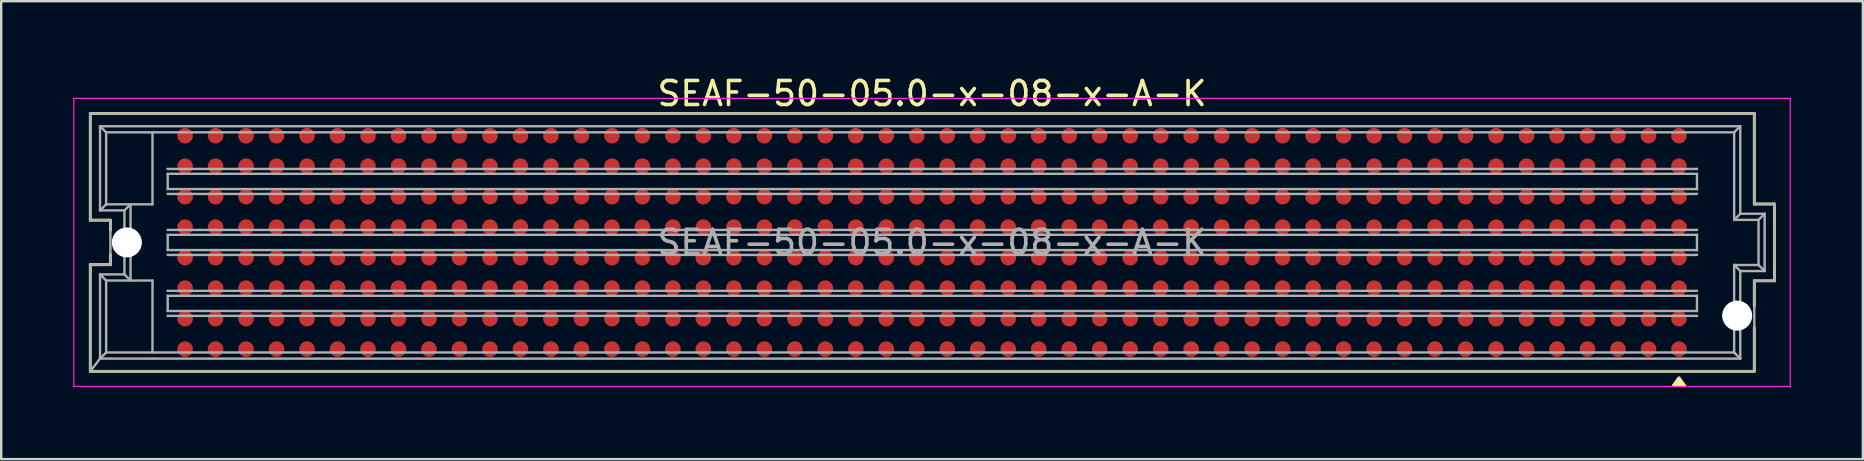
<source format=kicad_pcb>
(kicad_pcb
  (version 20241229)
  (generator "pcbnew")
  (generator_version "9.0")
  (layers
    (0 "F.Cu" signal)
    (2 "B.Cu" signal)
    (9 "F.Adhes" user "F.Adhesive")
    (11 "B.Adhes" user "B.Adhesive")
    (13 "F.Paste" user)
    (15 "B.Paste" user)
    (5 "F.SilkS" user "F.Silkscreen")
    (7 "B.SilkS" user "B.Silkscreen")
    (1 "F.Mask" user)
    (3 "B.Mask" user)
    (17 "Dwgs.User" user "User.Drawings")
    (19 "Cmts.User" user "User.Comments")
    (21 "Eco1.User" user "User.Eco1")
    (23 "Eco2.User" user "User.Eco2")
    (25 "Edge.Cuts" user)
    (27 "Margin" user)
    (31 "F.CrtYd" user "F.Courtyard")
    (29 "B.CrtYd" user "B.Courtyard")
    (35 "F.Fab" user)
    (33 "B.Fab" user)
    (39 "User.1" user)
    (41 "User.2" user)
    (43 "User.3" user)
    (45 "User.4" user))
  (footprint "SEAF-50-05.0-x-08-x-A-K"
    (layer "F.Cu")
    (at 35.775 7.048)
    (property "Reference" "SEAF-50-05.0-x-08-x-A-K" (at 0 -6.2 0) (unlocked yes) (layer "F.SilkS") (effects (font (size 1 1) (thickness 0.15))))
    (attr smd)
    (fp_line (start -35.064 -0.927) (end -35.064 -5.372) (stroke (width 0.12) (type default)) (layer "F.SilkS"))
    (fp_line (start -35.064 5.372) (end -35.064 0.927) (stroke (width 0.12) (type default)) (layer "F.SilkS"))
    (fp_line (start -34.226 -0.927) (end -35.064 -0.927) (stroke (width 0.12) (type default)) (layer "F.SilkS"))
    (fp_line (start -34.226 -0.508) (end -34.226 -0.927) (stroke (width 0.12) (type default)) (layer "F.SilkS"))
    (fp_line (start -34.226 0.927) (end -35.064 0.927) (stroke (width 0.12) (type default)) (layer "F.SilkS"))
    (fp_line (start -34.226 0.927) (end -34.226 0.508) (stroke (width 0.12) (type default)) (layer "F.SilkS"))
    (fp_line (start 34.253 -5.372) (end -35.064 -5.372) (stroke (width 0.12) (type default)) (layer "F.SilkS"))
    (fp_line (start 34.253 -1.6) (end 34.253 -5.372) (stroke (width 0.12) (type default)) (layer "F.SilkS"))
    (fp_line (start 34.253 2.667) (end 34.253 1.6) (stroke (width 0.12) (type default)) (layer "F.SilkS"))
    (fp_line (start 34.253 5.372) (end -35.064 5.372) (stroke (width 0.12) (type default)) (layer "F.SilkS"))
    (fp_line (start 34.253 5.372) (end 34.253 3.556) (stroke (width 0.12) (type default)) (layer "F.SilkS"))
    (fp_line (start 35.091 -1.6) (end 34.253 -1.6) (stroke (width 0.12) (type default)) (layer "F.SilkS"))
    (fp_line (start 35.091 1.6) (end 34.253 1.6) (stroke (width 0.12) (type default)) (layer "F.SilkS"))
    (fp_line (start 35.091 1.6) (end 35.091 -1.6) (stroke (width 0.12) (type default)) (layer "F.SilkS"))
    (fp_poly (pts (xy 31.115 5.639) (xy 31.355 5.969) (xy 30.875 5.969) (xy 31.115 5.639)) (stroke (width 0.12) (type solid)) (fill yes) (layer "F.SilkS"))
    (fp_line (start -35.75 -6) (end -35.75 6) (stroke (width 0.05) (type default)) (layer "F.CrtYd"))
    (fp_line (start -35.75 6) (end 35.75 6) (stroke (width 0.05) (type default)) (layer "F.CrtYd"))
    (fp_line (start 35.75 -6) (end -35.75 -6) (stroke (width 0.05) (type default)) (layer "F.CrtYd"))
    (fp_line (start 35.75 6) (end 35.75 -6) (stroke (width 0.05) (type default)) (layer "F.CrtYd"))
    (fp_line (start -35.064 -0.927) (end -35.064 -5.372) (stroke (width 0.1) (type default)) (layer "F.Fab"))
    (fp_line (start -35.064 5.372) (end -35.064 0.927) (stroke (width 0.1) (type default)) (layer "F.Fab"))
    (fp_line (start -34.658 -4.839) (end -34.658 -1.333) (stroke (width 0.1) (type default)) (layer "F.Fab"))
    (fp_line (start -34.658 -1.333) (end -33.642 -1.333) (stroke (width 0.1) (type default)) (layer "F.Fab"))
    (fp_line (start -34.658 1.333) (end -34.658 4.839) (stroke (width 0.1) (type default)) (layer "F.Fab"))
    (fp_line (start -34.658 1.333) (end -34.404 1.587) (stroke (width 0.1) (type default)) (layer "F.Fab"))
    (fp_line (start -34.658 4.839) (end -35.064 5.372) (stroke (width 0.1) (type default)) (layer "F.Fab"))
    (fp_line (start -34.404 -4.585) (end -34.658 -4.839) (stroke (width 0.1) (type default)) (layer "F.Fab"))
    (fp_line (start -34.404 -4.585) (end -34.404 -1.587) (stroke (width 0.1) (type default)) (layer "F.Fab"))
    (fp_line (start -34.404 -1.587) (end -34.658 -1.333) (stroke (width 0.1) (type default)) (layer "F.Fab"))
    (fp_line (start -34.404 -1.587) (end -32.473 -1.587) (stroke (width 0.1) (type default)) (layer "F.Fab"))
    (fp_line (start -34.404 1.587) (end -34.404 4.585) (stroke (width 0.1) (type default)) (layer "F.Fab"))
    (fp_line (start -34.404 4.585) (end -34.658 4.839) (stroke (width 0.1) (type default)) (layer "F.Fab"))
    (fp_line (start -34.226 -0.927) (end -35.064 -0.927) (stroke (width 0.1) (type default)) (layer "F.Fab"))
    (fp_line (start -34.226 0.927) (end -35.064 0.927) (stroke (width 0.1) (type default)) (layer "F.Fab"))
    (fp_line (start -34.226 0.927) (end -34.226 -0.927) (stroke (width 0.1) (type default)) (layer "F.Fab"))
    (fp_line (start -33.642 -1.333) (end -33.642 1.333) (stroke (width 0.1) (type default)) (layer "F.Fab"))
    (fp_line (start -33.642 1.333) (end -34.658 1.333) (stroke (width 0.1) (type default)) (layer "F.Fab"))
    (fp_line (start -33.388 -1.587) (end -33.642 -1.333) (stroke (width 0.1) (type default)) (layer "F.Fab"))
    (fp_line (start -33.388 -1.587) (end -33.388 1.587) (stroke (width 0.1) (type default)) (layer "F.Fab"))
    (fp_line (start -33.388 1.587) (end -33.642 1.333) (stroke (width 0.1) (type default)) (layer "F.Fab"))
    (fp_line (start -32.473 -1.587) (end -32.473 -4.585) (stroke (width 0.1) (type default)) (layer "F.Fab"))
    (fp_line (start -32.473 1.587) (end -34.404 1.587) (stroke (width 0.1) (type default)) (layer "F.Fab"))
    (fp_line (start -32.473 4.585) (end -32.473 1.587) (stroke (width 0.1) (type default)) (layer "F.Fab"))
    (fp_line (start -31.838 -3.061) (end 31.865 -3.061) (stroke (width 0.1) (type default)) (layer "F.Fab"))
    (fp_line (start -31.838 -2.857) (end -31.838 -2.223) (stroke (width 0.1) (type default)) (layer "F.Fab"))
    (fp_line (start -31.838 -2.857) (end 31.865 -2.857) (stroke (width 0.1) (type default)) (layer "F.Fab"))
    (fp_line (start -31.838 -2.223) (end 31.865 -2.223) (stroke (width 0.1) (type default)) (layer "F.Fab"))
    (fp_line (start -31.838 -2.019) (end 31.865 -2.019) (stroke (width 0.1) (type default)) (layer "F.Fab"))
    (fp_line (start -31.838 -0.521) (end 31.865 -0.521) (stroke (width 0.1) (type default)) (layer "F.Fab"))
    (fp_line (start -31.838 -0.318) (end -31.838 0.318) (stroke (width 0.1) (type default)) (layer "F.Fab"))
    (fp_line (start -31.838 -0.318) (end 31.865 -0.318) (stroke (width 0.1) (type default)) (layer "F.Fab"))
    (fp_line (start -31.838 0.318) (end 31.865 0.318) (stroke (width 0.1) (type default)) (layer "F.Fab"))
    (fp_line (start -31.838 0.521) (end 31.865 0.521) (stroke (width 0.1) (type default)) (layer "F.Fab"))
    (fp_line (start -31.838 2.019) (end 31.865 2.019) (stroke (width 0.1) (type default)) (layer "F.Fab"))
    (fp_line (start -31.838 2.223) (end -31.838 2.857) (stroke (width 0.1) (type default)) (layer "F.Fab"))
    (fp_line (start -31.838 2.223) (end 31.865 2.223) (stroke (width 0.1) (type default)) (layer "F.Fab"))
    (fp_line (start -31.838 2.857) (end 31.865 2.857) (stroke (width 0.1) (type default)) (layer "F.Fab"))
    (fp_line (start -31.838 3.061) (end 31.865 3.061) (stroke (width 0.1) (type default)) (layer "F.Fab"))
    (fp_line (start 31.865 -2.857) (end 31.865 -2.223) (stroke (width 0.1) (type default)) (layer "F.Fab"))
    (fp_line (start 31.865 -0.318) (end 31.865 0.318) (stroke (width 0.1) (type default)) (layer "F.Fab"))
    (fp_line (start 31.865 2.223) (end 31.865 2.857) (stroke (width 0.1) (type default)) (layer "F.Fab"))
    (fp_line (start 33.414 -4.585) (end -34.404 -4.585) (stroke (width 0.1) (type default)) (layer "F.Fab"))
    (fp_line (start 33.414 -4.585) (end 33.668 -4.839) (stroke (width 0.1) (type default)) (layer "F.Fab"))
    (fp_line (start 33.414 -0.94) (end 33.414 -4.585) (stroke (width 0.1) (type default)) (layer "F.Fab"))
    (fp_line (start 33.414 -0.94) (end 33.668 -1.194) (stroke (width 0.1) (type default)) (layer "F.Fab"))
    (fp_line (start 33.414 0.94) (end 33.668 1.194) (stroke (width 0.1) (type default)) (layer "F.Fab"))
    (fp_line (start 33.414 0.94) (end 34.43 0.94) (stroke (width 0.1) (type default)) (layer "F.Fab"))
    (fp_line (start 33.414 4.585) (end -34.404 4.585) (stroke (width 0.1) (type default)) (layer "F.Fab"))
    (fp_line (start 33.414 4.585) (end 33.414 0.94) (stroke (width 0.1) (type default)) (layer "F.Fab"))
    (fp_line (start 33.414 4.585) (end 33.668 4.839) (stroke (width 0.1) (type default)) (layer "F.Fab"))
    (fp_line (start 33.668 -4.839) (end -34.658 -4.839) (stroke (width 0.1) (type default)) (layer "F.Fab"))
    (fp_line (start 33.668 -1.194) (end 33.668 -4.839) (stroke (width 0.1) (type default)) (layer "F.Fab"))
    (fp_line (start 33.668 1.194) (end 34.684 1.194) (stroke (width 0.1) (type default)) (layer "F.Fab"))
    (fp_line (start 33.668 4.839) (end -34.658 4.839) (stroke (width 0.1) (type default)) (layer "F.Fab"))
    (fp_line (start 33.668 4.839) (end 33.668 1.194) (stroke (width 0.1) (type default)) (layer "F.Fab"))
    (fp_line (start 34.253 -5.372) (end -35.064 -5.372) (stroke (width 0.1) (type default)) (layer "F.Fab"))
    (fp_line (start 34.253 -1.6) (end 34.253 -5.372) (stroke (width 0.1) (type default)) (layer "F.Fab"))
    (fp_line (start 34.253 5.372) (end -35.064 5.372) (stroke (width 0.1) (type default)) (layer "F.Fab"))
    (fp_line (start 34.253 5.372) (end 34.253 1.6) (stroke (width 0.1) (type default)) (layer "F.Fab"))
    (fp_line (start 34.43 -0.94) (end 33.414 -0.94) (stroke (width 0.1) (type default)) (layer "F.Fab"))
    (fp_line (start 34.43 -0.94) (end 34.684 -1.194) (stroke (width 0.1) (type default)) (layer "F.Fab"))
    (fp_line (start 34.43 0.94) (end 34.43 -0.94) (stroke (width 0.1) (type default)) (layer "F.Fab"))
    (fp_line (start 34.43 0.94) (end 34.684 1.194) (stroke (width 0.1) (type default)) (layer "F.Fab"))
    (fp_line (start 34.684 -1.194) (end 33.668 -1.194) (stroke (width 0.1) (type default)) (layer "F.Fab"))
    (fp_line (start 34.684 1.194) (end 34.684 -1.194) (stroke (width 0.1) (type default)) (layer "F.Fab"))
    (fp_line (start 35.091 -1.6) (end 34.253 -1.6) (stroke (width 0.1) (type default)) (layer "F.Fab"))
    (fp_line (start 35.091 1.6) (end 34.253 1.6) (stroke (width 0.1) (type default)) (layer "F.Fab"))
    (fp_line (start 35.091 1.6) (end 35.091 -1.6) (stroke (width 0.1) (type default)) (layer "F.Fab"))
    (fp_curve (pts (xy -31.838 -3.061) (xy -31.838 -3.063) (xy -31.838 -2.966) (xy -31.838 -2.857)) (stroke (width 0.1) (type default)) (layer "F.Fab"))
    (fp_curve (pts (xy -31.838 -2.223) (xy -31.838 -2.114) (xy -31.838 -2.017) (xy -31.838 -2.019)) (stroke (width 0.1) (type default)) (layer "F.Fab"))
    (fp_curve (pts (xy -31.838 -0.521) (xy -31.838 -0.523) (xy -31.838 -0.426) (xy -31.838 -0.318)) (stroke (width 0.1) (type default)) (layer "F.Fab"))
    (fp_curve (pts (xy -31.838 0.318) (xy -31.838 0.426) (xy -31.838 0.523) (xy -31.838 0.521)) (stroke (width 0.1) (type default)) (layer "F.Fab"))
    (fp_curve (pts (xy -31.838 2.019) (xy -31.838 2.017) (xy -31.838 2.114) (xy -31.838 2.223)) (stroke (width 0.1) (type default)) (layer "F.Fab"))
    (fp_curve (pts (xy -31.838 2.857) (xy -31.838 2.966) (xy -31.838 3.063) (xy -31.838 3.061)) (stroke (width 0.1) (type default)) (layer "F.Fab"))
    (fp_curve (pts (xy 31.865 -3.061) (xy 31.865 -3.063) (xy 31.865 -2.966) (xy 31.865 -2.857)) (stroke (width 0.1) (type default)) (layer "F.Fab"))
    (fp_curve (pts (xy 31.865 -2.223) (xy 31.865 -2.114) (xy 31.865 -2.017) (xy 31.865 -2.019)) (stroke (width 0.1) (type default)) (layer "F.Fab"))
    (fp_curve (pts (xy 31.865 -0.521) (xy 31.865 -0.523) (xy 31.865 -0.426) (xy 31.865 -0.318)) (stroke (width 0.1) (type default)) (layer "F.Fab"))
    (fp_curve (pts (xy 31.865 0.318) (xy 31.865 0.426) (xy 31.865 0.523) (xy 31.865 0.521)) (stroke (width 0.1) (type default)) (layer "F.Fab"))
    (fp_curve (pts (xy 31.865 2.019) (xy 31.865 2.017) (xy 31.865 2.114) (xy 31.865 2.223)) (stroke (width 0.1) (type default)) (layer "F.Fab"))
    (fp_curve (pts (xy 31.865 2.857) (xy 31.865 2.966) (xy 31.865 3.063) (xy 31.865 3.061)) (stroke (width 0.1) (type default)) (layer "F.Fab"))
    (fp_text user "${REFERENCE}" (at 0 0 0) (unlocked yes) (layer "F.Fab") (effects (font (size 1 1) (thickness 0.15))))
    (pad "" np_thru_hole circle (at -33.54 0) (size 1.25 1.25) (drill 1.25) (layers "*.Cu" "*.Mask"))
    (pad "" np_thru_hole circle (at 33.54 3.05) (size 1.25 1.25) (drill 1.25) (layers "*.Cu" "*.Mask"))
    (pad "A1" smd circle (at 31.115 4.445) (size 0.65 0.65) (layers "F.Cu" "F.Mask" "F.Paste"))
    (pad "A2" smd circle (at 29.845 4.445) (size 0.65 0.65) (layers "F.Cu" "F.Mask" "F.Paste"))
    (pad "A3" smd circle (at 28.575 4.445) (size 0.65 0.65) (layers "F.Cu" "F.Mask" "F.Paste"))
    (pad "A4" smd circle (at 27.305 4.445) (size 0.65 0.65) (layers "F.Cu" "F.Mask" "F.Paste"))
    (pad "A5" smd circle (at 26.035 4.445) (size 0.65 0.65) (layers "F.Cu" "F.Mask" "F.Paste"))
    (pad "A6" smd circle (at 24.765 4.445) (size 0.65 0.65) (layers "F.Cu" "F.Mask" "F.Paste"))
    (pad "A7" smd circle (at 23.495 4.445) (size 0.65 0.65) (layers "F.Cu" "F.Mask" "F.Paste"))
    (pad "A8" smd circle (at 22.225 4.445) (size 0.65 0.65) (layers "F.Cu" "F.Mask" "F.Paste"))
    (pad "A9" smd circle (at 20.955 4.445) (size 0.65 0.65) (layers "F.Cu" "F.Mask" "F.Paste"))
    (pad "A10" smd circle (at 19.685 4.445) (size 0.65 0.65) (layers "F.Cu" "F.Mask" "F.Paste"))
    (pad "A11" smd circle (at 18.415 4.445) (size 0.65 0.65) (layers "F.Cu" "F.Mask" "F.Paste"))
    (pad "A12" smd circle (at 17.145 4.445) (size 0.65 0.65) (layers "F.Cu" "F.Mask" "F.Paste"))
    (pad "A13" smd circle (at 15.875 4.445) (size 0.65 0.65) (layers "F.Cu" "F.Mask" "F.Paste"))
    (pad "A14" smd circle (at 14.605 4.445) (size 0.65 0.65) (layers "F.Cu" "F.Mask" "F.Paste"))
    (pad "A15" smd circle (at 13.335 4.445) (size 0.65 0.65) (layers "F.Cu" "F.Mask" "F.Paste"))
    (pad "A16" smd circle (at 12.065 4.445) (size 0.65 0.65) (layers "F.Cu" "F.Mask" "F.Paste"))
    (pad "A17" smd circle (at 10.795 4.445) (size 0.65 0.65) (layers "F.Cu" "F.Mask" "F.Paste"))
    (pad "A18" smd circle (at 9.525 4.445) (size 0.65 0.65) (layers "F.Cu" "F.Mask" "F.Paste"))
    (pad "A19" smd circle (at 8.255 4.445) (size 0.65 0.65) (layers "F.Cu" "F.Mask" "F.Paste"))
    (pad "A20" smd circle (at 6.985 4.445) (size 0.65 0.65) (layers "F.Cu" "F.Mask" "F.Paste"))
    (pad "A21" smd circle (at 5.715 4.445) (size 0.65 0.65) (layers "F.Cu" "F.Mask" "F.Paste"))
    (pad "A22" smd circle (at 4.445 4.445) (size 0.65 0.65) (layers "F.Cu" "F.Mask" "F.Paste"))
    (pad "A23" smd circle (at 3.175 4.445) (size 0.65 0.65) (layers "F.Cu" "F.Mask" "F.Paste"))
    (pad "A24" smd circle (at 1.905 4.445) (size 0.65 0.65) (layers "F.Cu" "F.Mask" "F.Paste"))
    (pad "A25" smd circle (at 0.635 4.445) (size 0.65 0.65) (layers "F.Cu" "F.Mask" "F.Paste"))
    (pad "A26" smd circle (at -0.635 4.445) (size 0.65 0.65) (layers "F.Cu" "F.Mask" "F.Paste"))
    (pad "A27" smd circle (at -1.905 4.445) (size 0.65 0.65) (layers "F.Cu" "F.Mask" "F.Paste"))
    (pad "A28" smd circle (at -3.175 4.445) (size 0.65 0.65) (layers "F.Cu" "F.Mask" "F.Paste"))
    (pad "A29" smd circle (at -4.445 4.445) (size 0.65 0.65) (layers "F.Cu" "F.Mask" "F.Paste"))
    (pad "A30" smd circle (at -5.715 4.445) (size 0.65 0.65) (layers "F.Cu" "F.Mask" "F.Paste"))
    (pad "A31" smd circle (at -6.985 4.445) (size 0.65 0.65) (layers "F.Cu" "F.Mask" "F.Paste"))
    (pad "A32" smd circle (at -8.255 4.445) (size 0.65 0.65) (layers "F.Cu" "F.Mask" "F.Paste"))
    (pad "A33" smd circle (at -9.525 4.445) (size 0.65 0.65) (layers "F.Cu" "F.Mask" "F.Paste"))
    (pad "A34" smd circle (at -10.795 4.445) (size 0.65 0.65) (layers "F.Cu" "F.Mask" "F.Paste"))
    (pad "A35" smd circle (at -12.065 4.445) (size 0.65 0.65) (layers "F.Cu" "F.Mask" "F.Paste"))
    (pad "A36" smd circle (at -13.335 4.445) (size 0.65 0.65) (layers "F.Cu" "F.Mask" "F.Paste"))
    (pad "A37" smd circle (at -14.605 4.445) (size 0.65 0.65) (layers "F.Cu" "F.Mask" "F.Paste"))
    (pad "A38" smd circle (at -15.875 4.445) (size 0.65 0.65) (layers "F.Cu" "F.Mask" "F.Paste"))
    (pad "A39" smd circle (at -17.145 4.445) (size 0.65 0.65) (layers "F.Cu" "F.Mask" "F.Paste"))
    (pad "A40" smd circle (at -18.415 4.445) (size 0.65 0.65) (layers "F.Cu" "F.Mask" "F.Paste"))
    (pad "A41" smd circle (at -19.685 4.445) (size 0.65 0.65) (layers "F.Cu" "F.Mask" "F.Paste"))
    (pad "A42" smd circle (at -20.955 4.445) (size 0.65 0.65) (layers "F.Cu" "F.Mask" "F.Paste"))
    (pad "A43" smd circle (at -22.225 4.445) (size 0.65 0.65) (layers "F.Cu" "F.Mask" "F.Paste"))
    (pad "A44" smd circle (at -23.495 4.445) (size 0.65 0.65) (layers "F.Cu" "F.Mask" "F.Paste"))
    (pad "A45" smd circle (at -24.765 4.445) (size 0.65 0.65) (layers "F.Cu" "F.Mask" "F.Paste"))
    (pad "A46" smd circle (at -26.035 4.445) (size 0.65 0.65) (layers "F.Cu" "F.Mask" "F.Paste"))
    (pad "A47" smd circle (at -27.305 4.445) (size 0.65 0.65) (layers "F.Cu" "F.Mask" "F.Paste"))
    (pad "A48" smd circle (at -28.575 4.445) (size 0.65 0.65) (layers "F.Cu" "F.Mask" "F.Paste"))
    (pad "A49" smd circle (at -29.845 4.445) (size 0.65 0.65) (layers "F.Cu" "F.Mask" "F.Paste"))
    (pad "A50" smd circle (at -31.115 4.445) (size 0.65 0.65) (layers "F.Cu" "F.Mask" "F.Paste"))
    (pad "B1" smd circle (at 31.115 3.175) (size 0.65 0.65) (layers "F.Cu" "F.Mask" "F.Paste"))
    (pad "B2" smd circle (at 29.845 3.175) (size 0.65 0.65) (layers "F.Cu" "F.Mask" "F.Paste"))
    (pad "B3" smd circle (at 28.575 3.175) (size 0.65 0.65) (layers "F.Cu" "F.Mask" "F.Paste"))
    (pad "B4" smd circle (at 27.305 3.175) (size 0.65 0.65) (layers "F.Cu" "F.Mask" "F.Paste"))
    (pad "B5" smd circle (at 26.035 3.175) (size 0.65 0.65) (layers "F.Cu" "F.Mask" "F.Paste"))
    (pad "B6" smd circle (at 24.765 3.175) (size 0.65 0.65) (layers "F.Cu" "F.Mask" "F.Paste"))
    (pad "B7" smd circle (at 23.495 3.175) (size 0.65 0.65) (layers "F.Cu" "F.Mask" "F.Paste"))
    (pad "B8" smd circle (at 22.225 3.175) (size 0.65 0.65) (layers "F.Cu" "F.Mask" "F.Paste"))
    (pad "B9" smd circle (at 20.955 3.175) (size 0.65 0.65) (layers "F.Cu" "F.Mask" "F.Paste"))
    (pad "B10" smd circle (at 19.685 3.175) (size 0.65 0.65) (layers "F.Cu" "F.Mask" "F.Paste"))
    (pad "B11" smd circle (at 18.415 3.175) (size 0.65 0.65) (layers "F.Cu" "F.Mask" "F.Paste"))
    (pad "B12" smd circle (at 17.145 3.175) (size 0.65 0.65) (layers "F.Cu" "F.Mask" "F.Paste"))
    (pad "B13" smd circle (at 15.875 3.175) (size 0.65 0.65) (layers "F.Cu" "F.Mask" "F.Paste"))
    (pad "B14" smd circle (at 14.605 3.175) (size 0.65 0.65) (layers "F.Cu" "F.Mask" "F.Paste"))
    (pad "B15" smd circle (at 13.335 3.175) (size 0.65 0.65) (layers "F.Cu" "F.Mask" "F.Paste"))
    (pad "B16" smd circle (at 12.065 3.175) (size 0.65 0.65) (layers "F.Cu" "F.Mask" "F.Paste"))
    (pad "B17" smd circle (at 10.795 3.175) (size 0.65 0.65) (layers "F.Cu" "F.Mask" "F.Paste"))
    (pad "B18" smd circle (at 9.525 3.175) (size 0.65 0.65) (layers "F.Cu" "F.Mask" "F.Paste"))
    (pad "B19" smd circle (at 8.255 3.175) (size 0.65 0.65) (layers "F.Cu" "F.Mask" "F.Paste"))
    (pad "B20" smd circle (at 6.985 3.175) (size 0.65 0.65) (layers "F.Cu" "F.Mask" "F.Paste"))
    (pad "B21" smd circle (at 5.715 3.175) (size 0.65 0.65) (layers "F.Cu" "F.Mask" "F.Paste"))
    (pad "B22" smd circle (at 4.445 3.175) (size 0.65 0.65) (layers "F.Cu" "F.Mask" "F.Paste"))
    (pad "B23" smd circle (at 3.175 3.175) (size 0.65 0.65) (layers "F.Cu" "F.Mask" "F.Paste"))
    (pad "B24" smd circle (at 1.905 3.175) (size 0.65 0.65) (layers "F.Cu" "F.Mask" "F.Paste"))
    (pad "B25" smd circle (at 0.635 3.175) (size 0.65 0.65) (layers "F.Cu" "F.Mask" "F.Paste"))
    (pad "B26" smd circle (at -0.635 3.175) (size 0.65 0.65) (layers "F.Cu" "F.Mask" "F.Paste"))
    (pad "B27" smd circle (at -1.905 3.175) (size 0.65 0.65) (layers "F.Cu" "F.Mask" "F.Paste"))
    (pad "B28" smd circle (at -3.175 3.175) (size 0.65 0.65) (layers "F.Cu" "F.Mask" "F.Paste"))
    (pad "B29" smd circle (at -4.445 3.175) (size 0.65 0.65) (layers "F.Cu" "F.Mask" "F.Paste"))
    (pad "B30" smd circle (at -5.715 3.175) (size 0.65 0.65) (layers "F.Cu" "F.Mask" "F.Paste"))
    (pad "B31" smd circle (at -6.985 3.175) (size 0.65 0.65) (layers "F.Cu" "F.Mask" "F.Paste"))
    (pad "B32" smd circle (at -8.255 3.175) (size 0.65 0.65) (layers "F.Cu" "F.Mask" "F.Paste"))
    (pad "B33" smd circle (at -9.525 3.175) (size 0.65 0.65) (layers "F.Cu" "F.Mask" "F.Paste"))
    (pad "B34" smd circle (at -10.795 3.175) (size 0.65 0.65) (layers "F.Cu" "F.Mask" "F.Paste"))
    (pad "B35" smd circle (at -12.065 3.175) (size 0.65 0.65) (layers "F.Cu" "F.Mask" "F.Paste"))
    (pad "B36" smd circle (at -13.335 3.175) (size 0.65 0.65) (layers "F.Cu" "F.Mask" "F.Paste"))
    (pad "B37" smd circle (at -14.605 3.175) (size 0.65 0.65) (layers "F.Cu" "F.Mask" "F.Paste"))
    (pad "B38" smd circle (at -15.875 3.175) (size 0.65 0.65) (layers "F.Cu" "F.Mask" "F.Paste"))
    (pad "B39" smd circle (at -17.145 3.175) (size 0.65 0.65) (layers "F.Cu" "F.Mask" "F.Paste"))
    (pad "B40" smd circle (at -18.415 3.175) (size 0.65 0.65) (layers "F.Cu" "F.Mask" "F.Paste"))
    (pad "B41" smd circle (at -19.685 3.175) (size 0.65 0.65) (layers "F.Cu" "F.Mask" "F.Paste"))
    (pad "B42" smd circle (at -20.955 3.175) (size 0.65 0.65) (layers "F.Cu" "F.Mask" "F.Paste"))
    (pad "B43" smd circle (at -22.225 3.175) (size 0.65 0.65) (layers "F.Cu" "F.Mask" "F.Paste"))
    (pad "B44" smd circle (at -23.495 3.175) (size 0.65 0.65) (layers "F.Cu" "F.Mask" "F.Paste"))
    (pad "B45" smd circle (at -24.765 3.175) (size 0.65 0.65) (layers "F.Cu" "F.Mask" "F.Paste"))
    (pad "B46" smd circle (at -26.035 3.175) (size 0.65 0.65) (layers "F.Cu" "F.Mask" "F.Paste"))
    (pad "B47" smd circle (at -27.305 3.175) (size 0.65 0.65) (layers "F.Cu" "F.Mask" "F.Paste"))
    (pad "B48" smd circle (at -28.575 3.175) (size 0.65 0.65) (layers "F.Cu" "F.Mask" "F.Paste"))
    (pad "B49" smd circle (at -29.845 3.175) (size 0.65 0.65) (layers "F.Cu" "F.Mask" "F.Paste"))
    (pad "B50" smd circle (at -31.115 3.175) (size 0.65 0.65) (layers "F.Cu" "F.Mask" "F.Paste"))
    (pad "C1" smd circle (at 31.115 1.905) (size 0.65 0.65) (layers "F.Cu" "F.Mask" "F.Paste"))
    (pad "C2" smd circle (at 29.845 1.905) (size 0.65 0.65) (layers "F.Cu" "F.Mask" "F.Paste"))
    (pad "C3" smd circle (at 28.575 1.905) (size 0.65 0.65) (layers "F.Cu" "F.Mask" "F.Paste"))
    (pad "C4" smd circle (at 27.305 1.905) (size 0.65 0.65) (layers "F.Cu" "F.Mask" "F.Paste"))
    (pad "C5" smd circle (at 26.035 1.905) (size 0.65 0.65) (layers "F.Cu" "F.Mask" "F.Paste"))
    (pad "C6" smd circle (at 24.765 1.905) (size 0.65 0.65) (layers "F.Cu" "F.Mask" "F.Paste"))
    (pad "C7" smd circle (at 23.495 1.905) (size 0.65 0.65) (layers "F.Cu" "F.Mask" "F.Paste"))
    (pad "C8" smd circle (at 22.225 1.905) (size 0.65 0.65) (layers "F.Cu" "F.Mask" "F.Paste"))
    (pad "C9" smd circle (at 20.955 1.905) (size 0.65 0.65) (layers "F.Cu" "F.Mask" "F.Paste"))
    (pad "C10" smd circle (at 19.685 1.905) (size 0.65 0.65) (layers "F.Cu" "F.Mask" "F.Paste"))
    (pad "C11" smd circle (at 18.415 1.905) (size 0.65 0.65) (layers "F.Cu" "F.Mask" "F.Paste"))
    (pad "C12" smd circle (at 17.145 1.905) (size 0.65 0.65) (layers "F.Cu" "F.Mask" "F.Paste"))
    (pad "C13" smd circle (at 15.875 1.905) (size 0.65 0.65) (layers "F.Cu" "F.Mask" "F.Paste"))
    (pad "C14" smd circle (at 14.605 1.905) (size 0.65 0.65) (layers "F.Cu" "F.Mask" "F.Paste"))
    (pad "C15" smd circle (at 13.335 1.905) (size 0.65 0.65) (layers "F.Cu" "F.Mask" "F.Paste"))
    (pad "C16" smd circle (at 12.065 1.905) (size 0.65 0.65) (layers "F.Cu" "F.Mask" "F.Paste"))
    (pad "C17" smd circle (at 10.795 1.905) (size 0.65 0.65) (layers "F.Cu" "F.Mask" "F.Paste"))
    (pad "C18" smd circle (at 9.525 1.905) (size 0.65 0.65) (layers "F.Cu" "F.Mask" "F.Paste"))
    (pad "C19" smd circle (at 8.255 1.905) (size 0.65 0.65) (layers "F.Cu" "F.Mask" "F.Paste"))
    (pad "C20" smd circle (at 6.985 1.905) (size 0.65 0.65) (layers "F.Cu" "F.Mask" "F.Paste"))
    (pad "C21" smd circle (at 5.715 1.905) (size 0.65 0.65) (layers "F.Cu" "F.Mask" "F.Paste"))
    (pad "C22" smd circle (at 4.445 1.905) (size 0.65 0.65) (layers "F.Cu" "F.Mask" "F.Paste"))
    (pad "C23" smd circle (at 3.175 1.905) (size 0.65 0.65) (layers "F.Cu" "F.Mask" "F.Paste"))
    (pad "C24" smd circle (at 1.905 1.905) (size 0.65 0.65) (layers "F.Cu" "F.Mask" "F.Paste"))
    (pad "C25" smd circle (at 0.635 1.905) (size 0.65 0.65) (layers "F.Cu" "F.Mask" "F.Paste"))
    (pad "C26" smd circle (at -0.635 1.905) (size 0.65 0.65) (layers "F.Cu" "F.Mask" "F.Paste"))
    (pad "C27" smd circle (at -1.905 1.905) (size 0.65 0.65) (layers "F.Cu" "F.Mask" "F.Paste"))
    (pad "C28" smd circle (at -3.175 1.905) (size 0.65 0.65) (layers "F.Cu" "F.Mask" "F.Paste"))
    (pad "C29" smd circle (at -4.445 1.905) (size 0.65 0.65) (layers "F.Cu" "F.Mask" "F.Paste"))
    (pad "C30" smd circle (at -5.715 1.905) (size 0.65 0.65) (layers "F.Cu" "F.Mask" "F.Paste"))
    (pad "C31" smd circle (at -6.985 1.905) (size 0.65 0.65) (layers "F.Cu" "F.Mask" "F.Paste"))
    (pad "C32" smd circle (at -8.255 1.905) (size 0.65 0.65) (layers "F.Cu" "F.Mask" "F.Paste"))
    (pad "C33" smd circle (at -9.525 1.905) (size 0.65 0.65) (layers "F.Cu" "F.Mask" "F.Paste"))
    (pad "C34" smd circle (at -10.795 1.905) (size 0.65 0.65) (layers "F.Cu" "F.Mask" "F.Paste"))
    (pad "C35" smd circle (at -12.065 1.905) (size 0.65 0.65) (layers "F.Cu" "F.Mask" "F.Paste"))
    (pad "C36" smd circle (at -13.335 1.905) (size 0.65 0.65) (layers "F.Cu" "F.Mask" "F.Paste"))
    (pad "C37" smd circle (at -14.605 1.905) (size 0.65 0.65) (layers "F.Cu" "F.Mask" "F.Paste"))
    (pad "C38" smd circle (at -15.875 1.905) (size 0.65 0.65) (layers "F.Cu" "F.Mask" "F.Paste"))
    (pad "C39" smd circle (at -17.145 1.905) (size 0.65 0.65) (layers "F.Cu" "F.Mask" "F.Paste"))
    (pad "C40" smd circle (at -18.415 1.905) (size 0.65 0.65) (layers "F.Cu" "F.Mask" "F.Paste"))
    (pad "C41" smd circle (at -19.685 1.905) (size 0.65 0.65) (layers "F.Cu" "F.Mask" "F.Paste"))
    (pad "C42" smd circle (at -20.955 1.905) (size 0.65 0.65) (layers "F.Cu" "F.Mask" "F.Paste"))
    (pad "C43" smd circle (at -22.225 1.905) (size 0.65 0.65) (layers "F.Cu" "F.Mask" "F.Paste"))
    (pad "C44" smd circle (at -23.495 1.905) (size 0.65 0.65) (layers "F.Cu" "F.Mask" "F.Paste"))
    (pad "C45" smd circle (at -24.765 1.905) (size 0.65 0.65) (layers "F.Cu" "F.Mask" "F.Paste"))
    (pad "C46" smd circle (at -26.035 1.905) (size 0.65 0.65) (layers "F.Cu" "F.Mask" "F.Paste"))
    (pad "C47" smd circle (at -27.305 1.905) (size 0.65 0.65) (layers "F.Cu" "F.Mask" "F.Paste"))
    (pad "C48" smd circle (at -28.575 1.905) (size 0.65 0.65) (layers "F.Cu" "F.Mask" "F.Paste"))
    (pad "C49" smd circle (at -29.845 1.905) (size 0.65 0.65) (layers "F.Cu" "F.Mask" "F.Paste"))
    (pad "C50" smd circle (at -31.115 1.905) (size 0.65 0.65) (layers "F.Cu" "F.Mask" "F.Paste"))
    (pad "D1" smd circle (at 31.115 0.635) (size 0.65 0.65) (layers "F.Cu" "F.Mask" "F.Paste"))
    (pad "D2" smd circle (at 29.845 0.635) (size 0.65 0.65) (layers "F.Cu" "F.Mask" "F.Paste"))
    (pad "D3" smd circle (at 28.575 0.635) (size 0.65 0.65) (layers "F.Cu" "F.Mask" "F.Paste"))
    (pad "D4" smd circle (at 27.305 0.635) (size 0.65 0.65) (layers "F.Cu" "F.Mask" "F.Paste"))
    (pad "D5" smd circle (at 26.035 0.635) (size 0.65 0.65) (layers "F.Cu" "F.Mask" "F.Paste"))
    (pad "D6" smd circle (at 24.765 0.635) (size 0.65 0.65) (layers "F.Cu" "F.Mask" "F.Paste"))
    (pad "D7" smd circle (at 23.495 0.635) (size 0.65 0.65) (layers "F.Cu" "F.Mask" "F.Paste"))
    (pad "D8" smd circle (at 22.225 0.635) (size 0.65 0.65) (layers "F.Cu" "F.Mask" "F.Paste"))
    (pad "D9" smd circle (at 20.955 0.635) (size 0.65 0.65) (layers "F.Cu" "F.Mask" "F.Paste"))
    (pad "D10" smd circle (at 19.685 0.635) (size 0.65 0.65) (layers "F.Cu" "F.Mask" "F.Paste"))
    (pad "D11" smd circle (at 18.415 0.635) (size 0.65 0.65) (layers "F.Cu" "F.Mask" "F.Paste"))
    (pad "D12" smd circle (at 17.145 0.635) (size 0.65 0.65) (layers "F.Cu" "F.Mask" "F.Paste"))
    (pad "D13" smd circle (at 15.875 0.635) (size 0.65 0.65) (layers "F.Cu" "F.Mask" "F.Paste"))
    (pad "D14" smd circle (at 14.605 0.635) (size 0.65 0.65) (layers "F.Cu" "F.Mask" "F.Paste"))
    (pad "D15" smd circle (at 13.335 0.635) (size 0.65 0.65) (layers "F.Cu" "F.Mask" "F.Paste"))
    (pad "D16" smd circle (at 12.065 0.635) (size 0.65 0.65) (layers "F.Cu" "F.Mask" "F.Paste"))
    (pad "D17" smd circle (at 10.795 0.635) (size 0.65 0.65) (layers "F.Cu" "F.Mask" "F.Paste"))
    (pad "D18" smd circle (at 9.525 0.635) (size 0.65 0.65) (layers "F.Cu" "F.Mask" "F.Paste"))
    (pad "D19" smd circle (at 8.255 0.635) (size 0.65 0.65) (layers "F.Cu" "F.Mask" "F.Paste"))
    (pad "D20" smd circle (at 6.985 0.635) (size 0.65 0.65) (layers "F.Cu" "F.Mask" "F.Paste"))
    (pad "D21" smd circle (at 5.715 0.635) (size 0.65 0.65) (layers "F.Cu" "F.Mask" "F.Paste"))
    (pad "D22" smd circle (at 4.445 0.635) (size 0.65 0.65) (layers "F.Cu" "F.Mask" "F.Paste"))
    (pad "D23" smd circle (at 3.175 0.635) (size 0.65 0.65) (layers "F.Cu" "F.Mask" "F.Paste"))
    (pad "D24" smd circle (at 1.905 0.635) (size 0.65 0.65) (layers "F.Cu" "F.Mask" "F.Paste"))
    (pad "D25" smd circle (at 0.635 0.635) (size 0.65 0.65) (layers "F.Cu" "F.Mask" "F.Paste"))
    (pad "D26" smd circle (at -0.635 0.635) (size 0.65 0.65) (layers "F.Cu" "F.Mask" "F.Paste"))
    (pad "D27" smd circle (at -1.905 0.635) (size 0.65 0.65) (layers "F.Cu" "F.Mask" "F.Paste"))
    (pad "D28" smd circle (at -3.175 0.635) (size 0.65 0.65) (layers "F.Cu" "F.Mask" "F.Paste"))
    (pad "D29" smd circle (at -4.445 0.635) (size 0.65 0.65) (layers "F.Cu" "F.Mask" "F.Paste"))
    (pad "D30" smd circle (at -5.715 0.635) (size 0.65 0.65) (layers "F.Cu" "F.Mask" "F.Paste"))
    (pad "D31" smd circle (at -6.985 0.635) (size 0.65 0.65) (layers "F.Cu" "F.Mask" "F.Paste"))
    (pad "D32" smd circle (at -8.255 0.635) (size 0.65 0.65) (layers "F.Cu" "F.Mask" "F.Paste"))
    (pad "D33" smd circle (at -9.525 0.635) (size 0.65 0.65) (layers "F.Cu" "F.Mask" "F.Paste"))
    (pad "D34" smd circle (at -10.795 0.635) (size 0.65 0.65) (layers "F.Cu" "F.Mask" "F.Paste"))
    (pad "D35" smd circle (at -12.065 0.635) (size 0.65 0.65) (layers "F.Cu" "F.Mask" "F.Paste"))
    (pad "D36" smd circle (at -13.335 0.635) (size 0.65 0.65) (layers "F.Cu" "F.Mask" "F.Paste"))
    (pad "D37" smd circle (at -14.605 0.635) (size 0.65 0.65) (layers "F.Cu" "F.Mask" "F.Paste"))
    (pad "D38" smd circle (at -15.875 0.635) (size 0.65 0.65) (layers "F.Cu" "F.Mask" "F.Paste"))
    (pad "D39" smd circle (at -17.145 0.635) (size 0.65 0.65) (layers "F.Cu" "F.Mask" "F.Paste"))
    (pad "D40" smd circle (at -18.415 0.635) (size 0.65 0.65) (layers "F.Cu" "F.Mask" "F.Paste"))
    (pad "D41" smd circle (at -19.685 0.635) (size 0.65 0.65) (layers "F.Cu" "F.Mask" "F.Paste"))
    (pad "D42" smd circle (at -20.955 0.635) (size 0.65 0.65) (layers "F.Cu" "F.Mask" "F.Paste"))
    (pad "D43" smd circle (at -22.225 0.635) (size 0.65 0.65) (layers "F.Cu" "F.Mask" "F.Paste"))
    (pad "D44" smd circle (at -23.495 0.635) (size 0.65 0.65) (layers "F.Cu" "F.Mask" "F.Paste"))
    (pad "D45" smd circle (at -24.765 0.635) (size 0.65 0.65) (layers "F.Cu" "F.Mask" "F.Paste"))
    (pad "D46" smd circle (at -26.035 0.635) (size 0.65 0.65) (layers "F.Cu" "F.Mask" "F.Paste"))
    (pad "D47" smd circle (at -27.305 0.635) (size 0.65 0.65) (layers "F.Cu" "F.Mask" "F.Paste"))
    (pad "D48" smd circle (at -28.575 0.635) (size 0.65 0.65) (layers "F.Cu" "F.Mask" "F.Paste"))
    (pad "D49" smd circle (at -29.845 0.635) (size 0.65 0.65) (layers "F.Cu" "F.Mask" "F.Paste"))
    (pad "D50" smd circle (at -31.115 0.635) (size 0.65 0.65) (layers "F.Cu" "F.Mask" "F.Paste"))
    (pad "E1" smd circle (at 31.115 -0.635) (size 0.65 0.65) (layers "F.Cu" "F.Mask" "F.Paste"))
    (pad "E2" smd circle (at 29.845 -0.635) (size 0.65 0.65) (layers "F.Cu" "F.Mask" "F.Paste"))
    (pad "E3" smd circle (at 28.575 -0.635) (size 0.65 0.65) (layers "F.Cu" "F.Mask" "F.Paste"))
    (pad "E4" smd circle (at 27.305 -0.635) (size 0.65 0.65) (layers "F.Cu" "F.Mask" "F.Paste"))
    (pad "E5" smd circle (at 26.035 -0.635) (size 0.65 0.65) (layers "F.Cu" "F.Mask" "F.Paste"))
    (pad "E6" smd circle (at 24.765 -0.635) (size 0.65 0.65) (layers "F.Cu" "F.Mask" "F.Paste"))
    (pad "E7" smd circle (at 23.495 -0.635) (size 0.65 0.65) (layers "F.Cu" "F.Mask" "F.Paste"))
    (pad "E8" smd circle (at 22.225 -0.635) (size 0.65 0.65) (layers "F.Cu" "F.Mask" "F.Paste"))
    (pad "E9" smd circle (at 20.955 -0.635) (size 0.65 0.65) (layers "F.Cu" "F.Mask" "F.Paste"))
    (pad "E10" smd circle (at 19.685 -0.635) (size 0.65 0.65) (layers "F.Cu" "F.Mask" "F.Paste"))
    (pad "E11" smd circle (at 18.415 -0.635) (size 0.65 0.65) (layers "F.Cu" "F.Mask" "F.Paste"))
    (pad "E12" smd circle (at 17.145 -0.635) (size 0.65 0.65) (layers "F.Cu" "F.Mask" "F.Paste"))
    (pad "E13" smd circle (at 15.875 -0.635) (size 0.65 0.65) (layers "F.Cu" "F.Mask" "F.Paste"))
    (pad "E14" smd circle (at 14.605 -0.635) (size 0.65 0.65) (layers "F.Cu" "F.Mask" "F.Paste"))
    (pad "E15" smd circle (at 13.335 -0.635) (size 0.65 0.65) (layers "F.Cu" "F.Mask" "F.Paste"))
    (pad "E16" smd circle (at 12.065 -0.635) (size 0.65 0.65) (layers "F.Cu" "F.Mask" "F.Paste"))
    (pad "E17" smd circle (at 10.795 -0.635) (size 0.65 0.65) (layers "F.Cu" "F.Mask" "F.Paste"))
    (pad "E18" smd circle (at 9.525 -0.635) (size 0.65 0.65) (layers "F.Cu" "F.Mask" "F.Paste"))
    (pad "E19" smd circle (at 8.255 -0.635) (size 0.65 0.65) (layers "F.Cu" "F.Mask" "F.Paste"))
    (pad "E20" smd circle (at 6.985 -0.635) (size 0.65 0.65) (layers "F.Cu" "F.Mask" "F.Paste"))
    (pad "E21" smd circle (at 5.715 -0.635) (size 0.65 0.65) (layers "F.Cu" "F.Mask" "F.Paste"))
    (pad "E22" smd circle (at 4.445 -0.635) (size 0.65 0.65) (layers "F.Cu" "F.Mask" "F.Paste"))
    (pad "E23" smd circle (at 3.175 -0.635) (size 0.65 0.65) (layers "F.Cu" "F.Mask" "F.Paste"))
    (pad "E24" smd circle (at 1.905 -0.635) (size 0.65 0.65) (layers "F.Cu" "F.Mask" "F.Paste"))
    (pad "E25" smd circle (at 0.635 -0.635) (size 0.65 0.65) (layers "F.Cu" "F.Mask" "F.Paste"))
    (pad "E26" smd circle (at -0.635 -0.635) (size 0.65 0.65) (layers "F.Cu" "F.Mask" "F.Paste"))
    (pad "E27" smd circle (at -1.905 -0.635) (size 0.65 0.65) (layers "F.Cu" "F.Mask" "F.Paste"))
    (pad "E28" smd circle (at -3.175 -0.635) (size 0.65 0.65) (layers "F.Cu" "F.Mask" "F.Paste"))
    (pad "E29" smd circle (at -4.445 -0.635) (size 0.65 0.65) (layers "F.Cu" "F.Mask" "F.Paste"))
    (pad "E30" smd circle (at -5.715 -0.635) (size 0.65 0.65) (layers "F.Cu" "F.Mask" "F.Paste"))
    (pad "E31" smd circle (at -6.985 -0.635) (size 0.65 0.65) (layers "F.Cu" "F.Mask" "F.Paste"))
    (pad "E32" smd circle (at -8.255 -0.635) (size 0.65 0.65) (layers "F.Cu" "F.Mask" "F.Paste"))
    (pad "E33" smd circle (at -9.525 -0.635) (size 0.65 0.65) (layers "F.Cu" "F.Mask" "F.Paste"))
    (pad "E34" smd circle (at -10.795 -0.635) (size 0.65 0.65) (layers "F.Cu" "F.Mask" "F.Paste"))
    (pad "E35" smd circle (at -12.065 -0.635) (size 0.65 0.65) (layers "F.Cu" "F.Mask" "F.Paste"))
    (pad "E36" smd circle (at -13.335 -0.635) (size 0.65 0.65) (layers "F.Cu" "F.Mask" "F.Paste"))
    (pad "E37" smd circle (at -14.605 -0.635) (size 0.65 0.65) (layers "F.Cu" "F.Mask" "F.Paste"))
    (pad "E38" smd circle (at -15.875 -0.635) (size 0.65 0.65) (layers "F.Cu" "F.Mask" "F.Paste"))
    (pad "E39" smd circle (at -17.145 -0.635) (size 0.65 0.65) (layers "F.Cu" "F.Mask" "F.Paste"))
    (pad "E40" smd circle (at -18.415 -0.635) (size 0.65 0.65) (layers "F.Cu" "F.Mask" "F.Paste"))
    (pad "E41" smd circle (at -19.685 -0.635) (size 0.65 0.65) (layers "F.Cu" "F.Mask" "F.Paste"))
    (pad "E42" smd circle (at -20.955 -0.635) (size 0.65 0.65) (layers "F.Cu" "F.Mask" "F.Paste"))
    (pad "E43" smd circle (at -22.225 -0.635) (size 0.65 0.65) (layers "F.Cu" "F.Mask" "F.Paste"))
    (pad "E44" smd circle (at -23.495 -0.635) (size 0.65 0.65) (layers "F.Cu" "F.Mask" "F.Paste"))
    (pad "E45" smd circle (at -24.765 -0.635) (size 0.65 0.65) (layers "F.Cu" "F.Mask" "F.Paste"))
    (pad "E46" smd circle (at -26.035 -0.635) (size 0.65 0.65) (layers "F.Cu" "F.Mask" "F.Paste"))
    (pad "E47" smd circle (at -27.305 -0.635) (size 0.65 0.65) (layers "F.Cu" "F.Mask" "F.Paste"))
    (pad "E48" smd circle (at -28.575 -0.635) (size 0.65 0.65) (layers "F.Cu" "F.Mask" "F.Paste"))
    (pad "E49" smd circle (at -29.845 -0.635) (size 0.65 0.65) (layers "F.Cu" "F.Mask" "F.Paste"))
    (pad "E50" smd circle (at -31.115 -0.635) (size 0.65 0.65) (layers "F.Cu" "F.Mask" "F.Paste"))
    (pad "F1" smd circle (at 31.115 -1.905) (size 0.65 0.65) (layers "F.Cu" "F.Mask" "F.Paste"))
    (pad "F2" smd circle (at 29.845 -1.905) (size 0.65 0.65) (layers "F.Cu" "F.Mask" "F.Paste"))
    (pad "F3" smd circle (at 28.575 -1.905) (size 0.65 0.65) (layers "F.Cu" "F.Mask" "F.Paste"))
    (pad "F4" smd circle (at 27.305 -1.905) (size 0.65 0.65) (layers "F.Cu" "F.Mask" "F.Paste"))
    (pad "F5" smd circle (at 26.035 -1.905) (size 0.65 0.65) (layers "F.Cu" "F.Mask" "F.Paste"))
    (pad "F6" smd circle (at 24.765 -1.905) (size 0.65 0.65) (layers "F.Cu" "F.Mask" "F.Paste"))
    (pad "F7" smd circle (at 23.495 -1.905) (size 0.65 0.65) (layers "F.Cu" "F.Mask" "F.Paste"))
    (pad "F8" smd circle (at 22.225 -1.905) (size 0.65 0.65) (layers "F.Cu" "F.Mask" "F.Paste"))
    (pad "F9" smd circle (at 20.955 -1.905) (size 0.65 0.65) (layers "F.Cu" "F.Mask" "F.Paste"))
    (pad "F10" smd circle (at 19.685 -1.905) (size 0.65 0.65) (layers "F.Cu" "F.Mask" "F.Paste"))
    (pad "F11" smd circle (at 18.415 -1.905) (size 0.65 0.65) (layers "F.Cu" "F.Mask" "F.Paste"))
    (pad "F12" smd circle (at 17.145 -1.905) (size 0.65 0.65) (layers "F.Cu" "F.Mask" "F.Paste"))
    (pad "F13" smd circle (at 15.875 -1.905) (size 0.65 0.65) (layers "F.Cu" "F.Mask" "F.Paste"))
    (pad "F14" smd circle (at 14.605 -1.905) (size 0.65 0.65) (layers "F.Cu" "F.Mask" "F.Paste"))
    (pad "F15" smd circle (at 13.335 -1.905) (size 0.65 0.65) (layers "F.Cu" "F.Mask" "F.Paste"))
    (pad "F16" smd circle (at 12.065 -1.905) (size 0.65 0.65) (layers "F.Cu" "F.Mask" "F.Paste"))
    (pad "F17" smd circle (at 10.795 -1.905) (size 0.65 0.65) (layers "F.Cu" "F.Mask" "F.Paste"))
    (pad "F18" smd circle (at 9.525 -1.905) (size 0.65 0.65) (layers "F.Cu" "F.Mask" "F.Paste"))
    (pad "F19" smd circle (at 8.255 -1.905) (size 0.65 0.65) (layers "F.Cu" "F.Mask" "F.Paste"))
    (pad "F20" smd circle (at 6.985 -1.905) (size 0.65 0.65) (layers "F.Cu" "F.Mask" "F.Paste"))
    (pad "F21" smd circle (at 5.715 -1.905) (size 0.65 0.65) (layers "F.Cu" "F.Mask" "F.Paste"))
    (pad "F22" smd circle (at 4.445 -1.905) (size 0.65 0.65) (layers "F.Cu" "F.Mask" "F.Paste"))
    (pad "F23" smd circle (at 3.175 -1.905) (size 0.65 0.65) (layers "F.Cu" "F.Mask" "F.Paste"))
    (pad "F24" smd circle (at 1.905 -1.905) (size 0.65 0.65) (layers "F.Cu" "F.Mask" "F.Paste"))
    (pad "F25" smd circle (at 0.635 -1.905) (size 0.65 0.65) (layers "F.Cu" "F.Mask" "F.Paste"))
    (pad "F26" smd circle (at -0.635 -1.905) (size 0.65 0.65) (layers "F.Cu" "F.Mask" "F.Paste"))
    (pad "F27" smd circle (at -1.905 -1.905) (size 0.65 0.65) (layers "F.Cu" "F.Mask" "F.Paste"))
    (pad "F28" smd circle (at -3.175 -1.905) (size 0.65 0.65) (layers "F.Cu" "F.Mask" "F.Paste"))
    (pad "F29" smd circle (at -4.445 -1.905) (size 0.65 0.65) (layers "F.Cu" "F.Mask" "F.Paste"))
    (pad "F30" smd circle (at -5.715 -1.905) (size 0.65 0.65) (layers "F.Cu" "F.Mask" "F.Paste"))
    (pad "F31" smd circle (at -6.985 -1.905) (size 0.65 0.65) (layers "F.Cu" "F.Mask" "F.Paste"))
    (pad "F32" smd circle (at -8.255 -1.905) (size 0.65 0.65) (layers "F.Cu" "F.Mask" "F.Paste"))
    (pad "F33" smd circle (at -9.525 -1.905) (size 0.65 0.65) (layers "F.Cu" "F.Mask" "F.Paste"))
    (pad "F34" smd circle (at -10.795 -1.905) (size 0.65 0.65) (layers "F.Cu" "F.Mask" "F.Paste"))
    (pad "F35" smd circle (at -12.065 -1.905) (size 0.65 0.65) (layers "F.Cu" "F.Mask" "F.Paste"))
    (pad "F36" smd circle (at -13.335 -1.905) (size 0.65 0.65) (layers "F.Cu" "F.Mask" "F.Paste"))
    (pad "F37" smd circle (at -14.605 -1.905) (size 0.65 0.65) (layers "F.Cu" "F.Mask" "F.Paste"))
    (pad "F38" smd circle (at -15.875 -1.905) (size 0.65 0.65) (layers "F.Cu" "F.Mask" "F.Paste"))
    (pad "F39" smd circle (at -17.145 -1.905) (size 0.65 0.65) (layers "F.Cu" "F.Mask" "F.Paste"))
    (pad "F40" smd circle (at -18.415 -1.905) (size 0.65 0.65) (layers "F.Cu" "F.Mask" "F.Paste"))
    (pad "F41" smd circle (at -19.685 -1.905) (size 0.65 0.65) (layers "F.Cu" "F.Mask" "F.Paste"))
    (pad "F42" smd circle (at -20.955 -1.905) (size 0.65 0.65) (layers "F.Cu" "F.Mask" "F.Paste"))
    (pad "F43" smd circle (at -22.225 -1.905) (size 0.65 0.65) (layers "F.Cu" "F.Mask" "F.Paste"))
    (pad "F44" smd circle (at -23.495 -1.905) (size 0.65 0.65) (layers "F.Cu" "F.Mask" "F.Paste"))
    (pad "F45" smd circle (at -24.765 -1.905) (size 0.65 0.65) (layers "F.Cu" "F.Mask" "F.Paste"))
    (pad "F46" smd circle (at -26.035 -1.905) (size 0.65 0.65) (layers "F.Cu" "F.Mask" "F.Paste"))
    (pad "F47" smd circle (at -27.305 -1.905) (size 0.65 0.65) (layers "F.Cu" "F.Mask" "F.Paste"))
    (pad "F48" smd circle (at -28.575 -1.905) (size 0.65 0.65) (layers "F.Cu" "F.Mask" "F.Paste"))
    (pad "F49" smd circle (at -29.845 -1.905) (size 0.65 0.65) (layers "F.Cu" "F.Mask" "F.Paste"))
    (pad "F50" smd circle (at -31.115 -1.905) (size 0.65 0.65) (layers "F.Cu" "F.Mask" "F.Paste"))
    (pad "G1" smd circle (at 31.115 -3.175) (size 0.65 0.65) (layers "F.Cu" "F.Mask" "F.Paste"))
    (pad "G2" smd circle (at 29.845 -3.175) (size 0.65 0.65) (layers "F.Cu" "F.Mask" "F.Paste"))
    (pad "G3" smd circle (at 28.575 -3.175) (size 0.65 0.65) (layers "F.Cu" "F.Mask" "F.Paste"))
    (pad "G4" smd circle (at 27.305 -3.175) (size 0.65 0.65) (layers "F.Cu" "F.Mask" "F.Paste"))
    (pad "G5" smd circle (at 26.035 -3.175) (size 0.65 0.65) (layers "F.Cu" "F.Mask" "F.Paste"))
    (pad "G6" smd circle (at 24.765 -3.175) (size 0.65 0.65) (layers "F.Cu" "F.Mask" "F.Paste"))
    (pad "G7" smd circle (at 23.495 -3.175) (size 0.65 0.65) (layers "F.Cu" "F.Mask" "F.Paste"))
    (pad "G8" smd circle (at 22.225 -3.175) (size 0.65 0.65) (layers "F.Cu" "F.Mask" "F.Paste"))
    (pad "G9" smd circle (at 20.955 -3.175) (size 0.65 0.65) (layers "F.Cu" "F.Mask" "F.Paste"))
    (pad "G10" smd circle (at 19.685 -3.175) (size 0.65 0.65) (layers "F.Cu" "F.Mask" "F.Paste"))
    (pad "G11" smd circle (at 18.415 -3.175) (size 0.65 0.65) (layers "F.Cu" "F.Mask" "F.Paste"))
    (pad "G12" smd circle (at 17.145 -3.175) (size 0.65 0.65) (layers "F.Cu" "F.Mask" "F.Paste"))
    (pad "G13" smd circle (at 15.875 -3.175) (size 0.65 0.65) (layers "F.Cu" "F.Mask" "F.Paste"))
    (pad "G14" smd circle (at 14.605 -3.175) (size 0.65 0.65) (layers "F.Cu" "F.Mask" "F.Paste"))
    (pad "G15" smd circle (at 13.335 -3.175) (size 0.65 0.65) (layers "F.Cu" "F.Mask" "F.Paste"))
    (pad "G16" smd circle (at 12.065 -3.175) (size 0.65 0.65) (layers "F.Cu" "F.Mask" "F.Paste"))
    (pad "G17" smd circle (at 10.795 -3.175) (size 0.65 0.65) (layers "F.Cu" "F.Mask" "F.Paste"))
    (pad "G18" smd circle (at 9.525 -3.175) (size 0.65 0.65) (layers "F.Cu" "F.Mask" "F.Paste"))
    (pad "G19" smd circle (at 8.255 -3.175) (size 0.65 0.65) (layers "F.Cu" "F.Mask" "F.Paste"))
    (pad "G20" smd circle (at 6.985 -3.175) (size 0.65 0.65) (layers "F.Cu" "F.Mask" "F.Paste"))
    (pad "G21" smd circle (at 5.715 -3.175) (size 0.65 0.65) (layers "F.Cu" "F.Mask" "F.Paste"))
    (pad "G22" smd circle (at 4.445 -3.175) (size 0.65 0.65) (layers "F.Cu" "F.Mask" "F.Paste"))
    (pad "G23" smd circle (at 3.175 -3.175) (size 0.65 0.65) (layers "F.Cu" "F.Mask" "F.Paste"))
    (pad "G24" smd circle (at 1.905 -3.175) (size 0.65 0.65) (layers "F.Cu" "F.Mask" "F.Paste"))
    (pad "G25" smd circle (at 0.635 -3.175) (size 0.65 0.65) (layers "F.Cu" "F.Mask" "F.Paste"))
    (pad "G26" smd circle (at -0.635 -3.175) (size 0.65 0.65) (layers "F.Cu" "F.Mask" "F.Paste"))
    (pad "G27" smd circle (at -1.905 -3.175) (size 0.65 0.65) (layers "F.Cu" "F.Mask" "F.Paste"))
    (pad "G28" smd circle (at -3.175 -3.175) (size 0.65 0.65) (layers "F.Cu" "F.Mask" "F.Paste"))
    (pad "G29" smd circle (at -4.445 -3.175) (size 0.65 0.65) (layers "F.Cu" "F.Mask" "F.Paste"))
    (pad "G30" smd circle (at -5.715 -3.175) (size 0.65 0.65) (layers "F.Cu" "F.Mask" "F.Paste"))
    (pad "G31" smd circle (at -6.985 -3.175) (size 0.65 0.65) (layers "F.Cu" "F.Mask" "F.Paste"))
    (pad "G32" smd circle (at -8.255 -3.175) (size 0.65 0.65) (layers "F.Cu" "F.Mask" "F.Paste"))
    (pad "G33" smd circle (at -9.525 -3.175) (size 0.65 0.65) (layers "F.Cu" "F.Mask" "F.Paste"))
    (pad "G34" smd circle (at -10.795 -3.175) (size 0.65 0.65) (layers "F.Cu" "F.Mask" "F.Paste"))
    (pad "G35" smd circle (at -12.065 -3.175) (size 0.65 0.65) (layers "F.Cu" "F.Mask" "F.Paste"))
    (pad "G36" smd circle (at -13.335 -3.175) (size 0.65 0.65) (layers "F.Cu" "F.Mask" "F.Paste"))
    (pad "G37" smd circle (at -14.605 -3.175) (size 0.65 0.65) (layers "F.Cu" "F.Mask" "F.Paste"))
    (pad "G38" smd circle (at -15.875 -3.175) (size 0.65 0.65) (layers "F.Cu" "F.Mask" "F.Paste"))
    (pad "G39" smd circle (at -17.145 -3.175) (size 0.65 0.65) (layers "F.Cu" "F.Mask" "F.Paste"))
    (pad "G40" smd circle (at -18.415 -3.175) (size 0.65 0.65) (layers "F.Cu" "F.Mask" "F.Paste"))
    (pad "G41" smd circle (at -19.685 -3.175) (size 0.65 0.65) (layers "F.Cu" "F.Mask" "F.Paste"))
    (pad "G42" smd circle (at -20.955 -3.175) (size 0.65 0.65) (layers "F.Cu" "F.Mask" "F.Paste"))
    (pad "G43" smd circle (at -22.225 -3.175) (size 0.65 0.65) (layers "F.Cu" "F.Mask" "F.Paste"))
    (pad "G44" smd circle (at -23.495 -3.175) (size 0.65 0.65) (layers "F.Cu" "F.Mask" "F.Paste"))
    (pad "G45" smd circle (at -24.765 -3.175) (size 0.65 0.65) (layers "F.Cu" "F.Mask" "F.Paste"))
    (pad "G46" smd circle (at -26.035 -3.175) (size 0.65 0.65) (layers "F.Cu" "F.Mask" "F.Paste"))
    (pad "G47" smd circle (at -27.305 -3.175) (size 0.65 0.65) (layers "F.Cu" "F.Mask" "F.Paste"))
    (pad "G48" smd circle (at -28.575 -3.175) (size 0.65 0.65) (layers "F.Cu" "F.Mask" "F.Paste"))
    (pad "G49" smd circle (at -29.845 -3.175) (size 0.65 0.65) (layers "F.Cu" "F.Mask" "F.Paste"))
    (pad "G50" smd circle (at -31.115 -3.175) (size 0.65 0.65) (layers "F.Cu" "F.Mask" "F.Paste"))
    (pad "H1" smd circle (at 31.115 -4.445) (size 0.65 0.65) (layers "F.Cu" "F.Mask" "F.Paste"))
    (pad "H2" smd circle (at 29.845 -4.445) (size 0.65 0.65) (layers "F.Cu" "F.Mask" "F.Paste"))
    (pad "H3" smd circle (at 28.575 -4.445) (size 0.65 0.65) (layers "F.Cu" "F.Mask" "F.Paste"))
    (pad "H4" smd circle (at 27.305 -4.445) (size 0.65 0.65) (layers "F.Cu" "F.Mask" "F.Paste"))
    (pad "H5" smd circle (at 26.035 -4.445) (size 0.65 0.65) (layers "F.Cu" "F.Mask" "F.Paste"))
    (pad "H6" smd circle (at 24.765 -4.445) (size 0.65 0.65) (layers "F.Cu" "F.Mask" "F.Paste"))
    (pad "H7" smd circle (at 23.495 -4.445) (size 0.65 0.65) (layers "F.Cu" "F.Mask" "F.Paste"))
    (pad "H8" smd circle (at 22.225 -4.445) (size 0.65 0.65) (layers "F.Cu" "F.Mask" "F.Paste"))
    (pad "H9" smd circle (at 20.955 -4.445) (size 0.65 0.65) (layers "F.Cu" "F.Mask" "F.Paste"))
    (pad "H10" smd circle (at 19.685 -4.445) (size 0.65 0.65) (layers "F.Cu" "F.Mask" "F.Paste"))
    (pad "H11" smd circle (at 18.415 -4.445) (size 0.65 0.65) (layers "F.Cu" "F.Mask" "F.Paste"))
    (pad "H12" smd circle (at 17.145 -4.445) (size 0.65 0.65) (layers "F.Cu" "F.Mask" "F.Paste"))
    (pad "H13" smd circle (at 15.875 -4.445) (size 0.65 0.65) (layers "F.Cu" "F.Mask" "F.Paste"))
    (pad "H14" smd circle (at 14.605 -4.445) (size 0.65 0.65) (layers "F.Cu" "F.Mask" "F.Paste"))
    (pad "H15" smd circle (at 13.335 -4.445) (size 0.65 0.65) (layers "F.Cu" "F.Mask" "F.Paste"))
    (pad "H16" smd circle (at 12.065 -4.445) (size 0.65 0.65) (layers "F.Cu" "F.Mask" "F.Paste"))
    (pad "H17" smd circle (at 10.795 -4.445) (size 0.65 0.65) (layers "F.Cu" "F.Mask" "F.Paste"))
    (pad "H18" smd circle (at 9.525 -4.445) (size 0.65 0.65) (layers "F.Cu" "F.Mask" "F.Paste"))
    (pad "H19" smd circle (at 8.255 -4.445) (size 0.65 0.65) (layers "F.Cu" "F.Mask" "F.Paste"))
    (pad "H20" smd circle (at 6.985 -4.445) (size 0.65 0.65) (layers "F.Cu" "F.Mask" "F.Paste"))
    (pad "H21" smd circle (at 5.715 -4.445) (size 0.65 0.65) (layers "F.Cu" "F.Mask" "F.Paste"))
    (pad "H22" smd circle (at 4.445 -4.445) (size 0.65 0.65) (layers "F.Cu" "F.Mask" "F.Paste"))
    (pad "H23" smd circle (at 3.175 -4.445) (size 0.65 0.65) (layers "F.Cu" "F.Mask" "F.Paste"))
    (pad "H24" smd circle (at 1.905 -4.445) (size 0.65 0.65) (layers "F.Cu" "F.Mask" "F.Paste"))
    (pad "H25" smd circle (at 0.635 -4.445) (size 0.65 0.65) (layers "F.Cu" "F.Mask" "F.Paste"))
    (pad "H26" smd circle (at -0.635 -4.445) (size 0.65 0.65) (layers "F.Cu" "F.Mask" "F.Paste"))
    (pad "H27" smd circle (at -1.905 -4.445) (size 0.65 0.65) (layers "F.Cu" "F.Mask" "F.Paste"))
    (pad "H28" smd circle (at -3.175 -4.445) (size 0.65 0.65) (layers "F.Cu" "F.Mask" "F.Paste"))
    (pad "H29" smd circle (at -4.445 -4.445) (size 0.65 0.65) (layers "F.Cu" "F.Mask" "F.Paste"))
    (pad "H30" smd circle (at -5.715 -4.445) (size 0.65 0.65) (layers "F.Cu" "F.Mask" "F.Paste"))
    (pad "H31" smd circle (at -6.985 -4.445) (size 0.65 0.65) (layers "F.Cu" "F.Mask" "F.Paste"))
    (pad "H32" smd circle (at -8.255 -4.445) (size 0.65 0.65) (layers "F.Cu" "F.Mask" "F.Paste"))
    (pad "H33" smd circle (at -9.525 -4.445) (size 0.65 0.65) (layers "F.Cu" "F.Mask" "F.Paste"))
    (pad "H34" smd circle (at -10.795 -4.445) (size 0.65 0.65) (layers "F.Cu" "F.Mask" "F.Paste"))
    (pad "H35" smd circle (at -12.065 -4.445) (size 0.65 0.65) (layers "F.Cu" "F.Mask" "F.Paste"))
    (pad "H36" smd circle (at -13.335 -4.445) (size 0.65 0.65) (layers "F.Cu" "F.Mask" "F.Paste"))
    (pad "H37" smd circle (at -14.605 -4.445) (size 0.65 0.65) (layers "F.Cu" "F.Mask" "F.Paste"))
    (pad "H38" smd circle (at -15.875 -4.445) (size 0.65 0.65) (layers "F.Cu" "F.Mask" "F.Paste"))
    (pad "H39" smd circle (at -17.145 -4.445) (size 0.65 0.65) (layers "F.Cu" "F.Mask" "F.Paste"))
    (pad "H40" smd circle (at -18.415 -4.445) (size 0.65 0.65) (layers "F.Cu" "F.Mask" "F.Paste"))
    (pad "H41" smd circle (at -19.685 -4.445) (size 0.65 0.65) (layers "F.Cu" "F.Mask" "F.Paste"))
    (pad "H42" smd circle (at -20.955 -4.445) (size 0.65 0.65) (layers "F.Cu" "F.Mask" "F.Paste"))
    (pad "H43" smd circle (at -22.225 -4.445) (size 0.65 0.65) (layers "F.Cu" "F.Mask" "F.Paste"))
    (pad "H44" smd circle (at -23.495 -4.445) (size 0.65 0.65) (layers "F.Cu" "F.Mask" "F.Paste"))
    (pad "H45" smd circle (at -24.765 -4.445) (size 0.65 0.65) (layers "F.Cu" "F.Mask" "F.Paste"))
    (pad "H46" smd circle (at -26.035 -4.445) (size 0.65 0.65) (layers "F.Cu" "F.Mask" "F.Paste"))
    (pad "H47" smd circle (at -27.305 -4.445) (size 0.65 0.65) (layers "F.Cu" "F.Mask" "F.Paste"))
    (pad "H48" smd circle (at -28.575 -4.445) (size 0.65 0.65) (layers "F.Cu" "F.Mask" "F.Paste"))
    (pad "H49" smd circle (at -29.845 -4.445) (size 0.65 0.65) (layers "F.Cu" "F.Mask" "F.Paste"))
    (pad "H50" smd circle (at -31.115 -4.445) (size 0.65 0.65) (layers "F.Cu" "F.Mask" "F.Paste")))
  (gr_rect
    (start -3 -3)
    (end 74.55 16.077)
    (stroke (width 0.1) (type default))
    (fill no)
    (layer "Edge.Cuts")))
</source>
